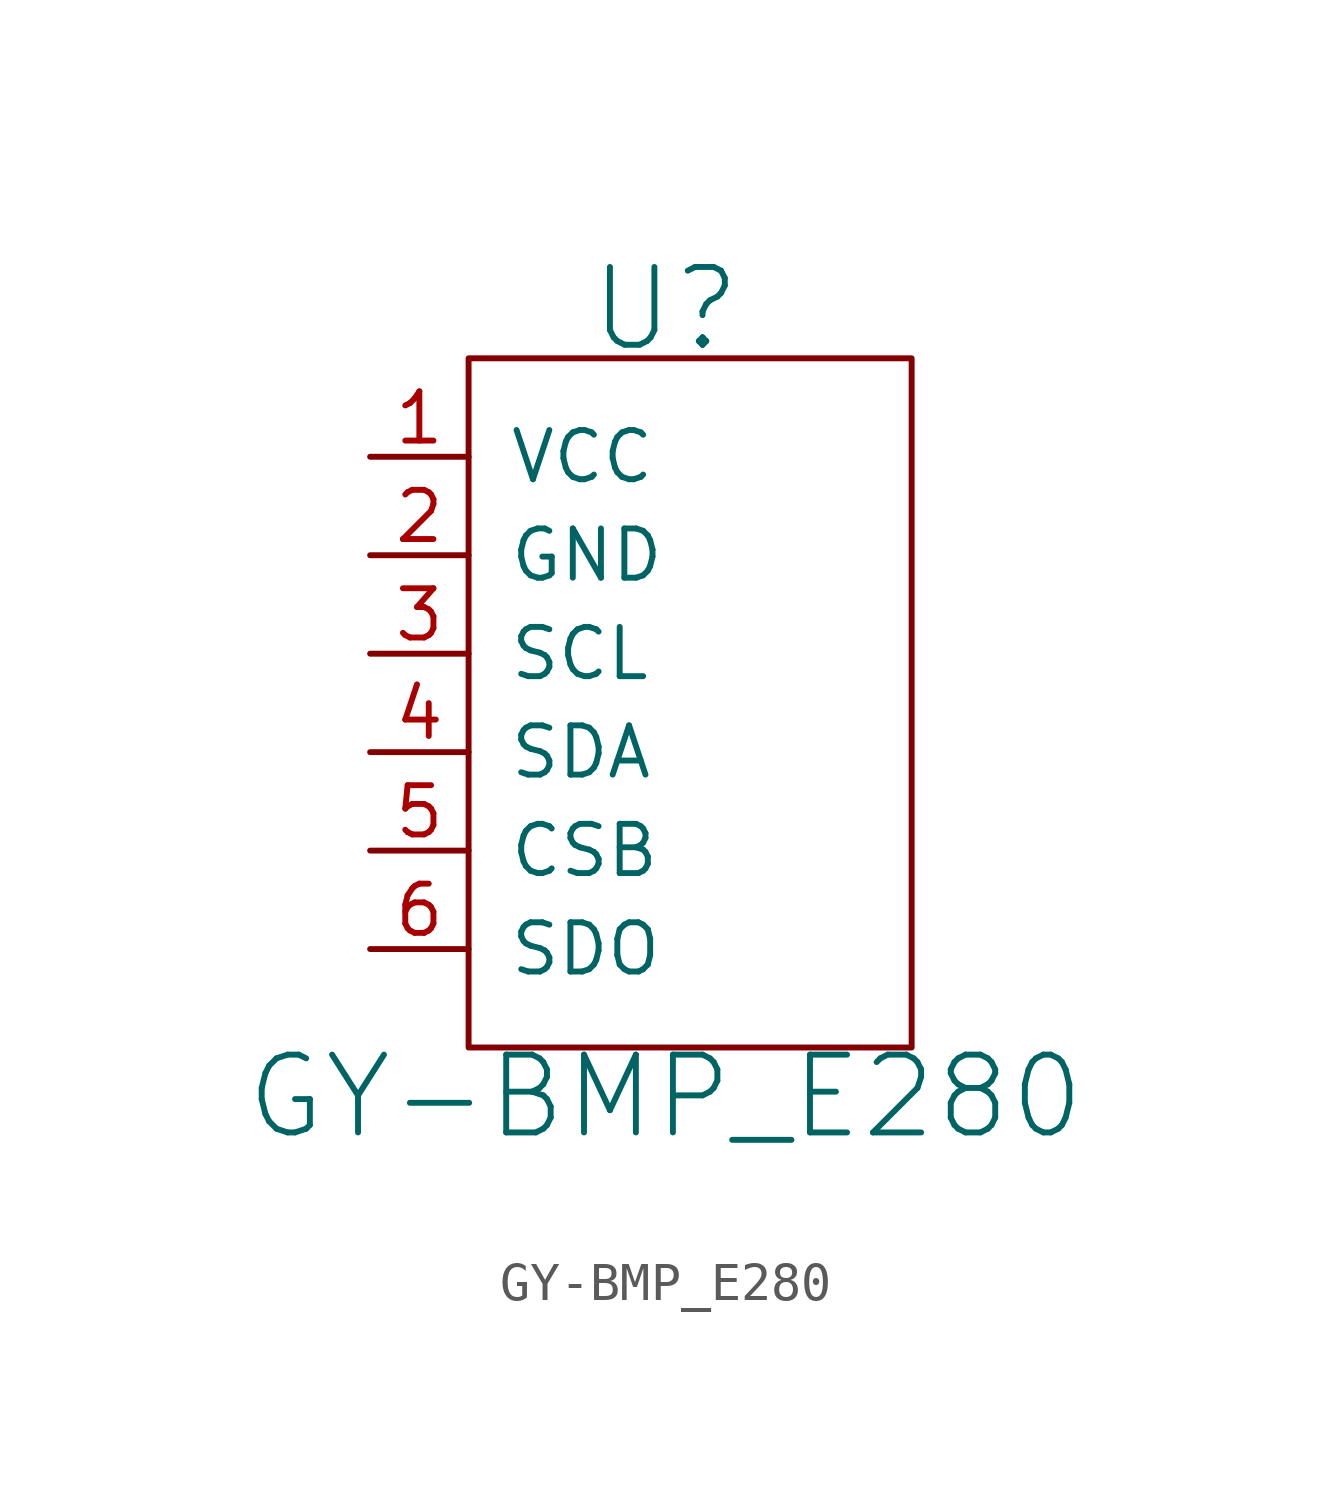
<source format=kicad_sym>
(kicad_symbol_lib
  (version 20220914)
  (generator kicad_symbol_editor)
  (symbol "GY-BMP_E280"
    (pin_names
      (offset 1.016))
    (property "Reference" "U"
      (at 0 10.16 0)
      (effects (font (size 2.007 2.007))))
    (property "Value" "GY-BMP_E280"
      (at 0 -10.16 0)
      (effects (font (size 2.007 2.007))))
    (symbol "GY-BMP_E280_0_1"
      (rectangle (start -5.08 8.89) (end 6.35 -8.89) (stroke (width 0) (type solid)) (fill (type none))))
    (symbol "GY-BMP_E280_1_1"
      (pin input line (at -7.62 6.35 0) (length 2.54) (name "VCC" (effects (font (size 1.27 1.27)))) (number "1" (effects (font (size 1.27 1.27)))))
      (pin input line (at -7.62 3.81 0) (length 2.54) (name "GND" (effects (font (size 1.27 1.27)))) (number "2" (effects (font (size 1.27 1.27)))))
      (pin input line (at -7.62 1.27 0) (length 2.54) (name "SCL" (effects (font (size 1.27 1.27)))) (number "3" (effects (font (size 1.27 1.27)))))
      (pin input line (at -7.62 -1.27 0) (length 2.54) (name "SDA" (effects (font (size 1.27 1.27)))) (number "4" (effects (font (size 1.27 1.27)))))
      (pin input line (at -7.62 -3.81 0) (length 2.54) (name "CSB" (effects (font (size 1.27 1.27)))) (number "5" (effects (font (size 1.27 1.27)))))
      (pin input line (at -7.62 -6.35 0) (length 2.54) (name "SDO" (effects (font (size 1.27 1.27)))) (number "6" (effects (font (size 1.27 1.27))))))))
</source>
